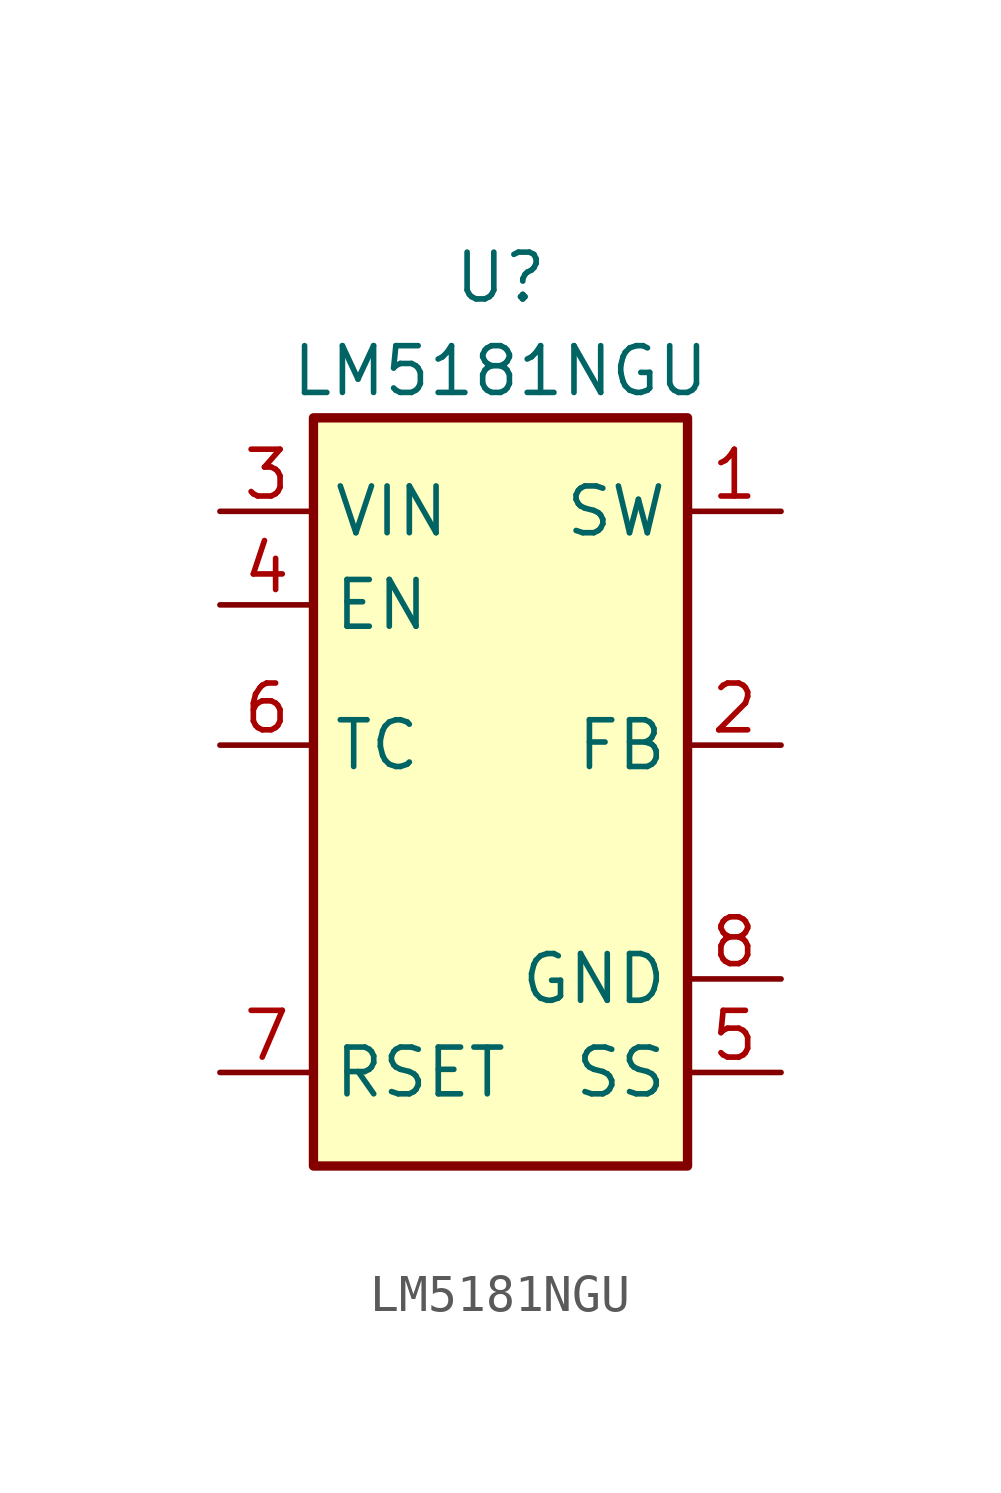
<source format=kicad_sym>
(kicad_symbol_lib
  (version 20211014)
  (generator kicad_symbol_editor)
  (symbol "LM5181NGU"
    (property "Reference" "U"
      (at 0 13.97 0)
      (effects (font (size 1.27 1.27))))
    (property "Value" "LM5181NGU"
      (at 0 11.43 0)
      (effects (font (size 1.27 1.27))))
    (symbol "LM5181NGU_0_1"
      (rectangle (start -5.08 -10.16) (end 5.08 10.16) (stroke (width 0.254) (type default) (color 0 0 0 0)) (fill (type background))))
    (symbol "LM5181NGU_1_1"
      (pin power_in line (at 7.62 7.62 180) (length 2.54) (name "SW" (effects (font (size 1.27 1.27)))) (number "1" (effects (font (size 1.27 1.27)))))
      (pin input line (at 7.62 1.27 180) (length 2.54) (name "FB" (effects (font (size 1.27 1.27)))) (number "2" (effects (font (size 1.27 1.27)))))
      (pin input line (at -7.62 7.62 0) (length 2.54) (name "VIN" (effects (font (size 1.27 1.27)))) (number "3" (effects (font (size 1.27 1.27)))))
      (pin power_in line (at -7.62 5.08 0) (length 2.54) (name "EN" (effects (font (size 1.27 1.27)))) (number "4" (effects (font (size 1.27 1.27)))))
      (pin output line (at 7.62 -7.62 180) (length 2.54) (name "SS" (effects (font (size 1.27 1.27)))) (number "5" (effects (font (size 1.27 1.27)))))
      (pin passive line (at -7.62 1.27 0) (length 2.54) (name "TC" (effects (font (size 1.27 1.27)))) (number "6" (effects (font (size 1.27 1.27)))))
      (pin output line (at -7.62 -7.62 0) (length 2.54) (name "RSET" (effects (font (size 1.27 1.27)))) (number "7" (effects (font (size 1.27 1.27)))))
      (pin passive line (at 7.62 -5.08 180) (length 2.54) (name "GND" (effects (font (size 1.27 1.27)))) (number "8" (effects (font (size 1.27 1.27))))))))
</source>
